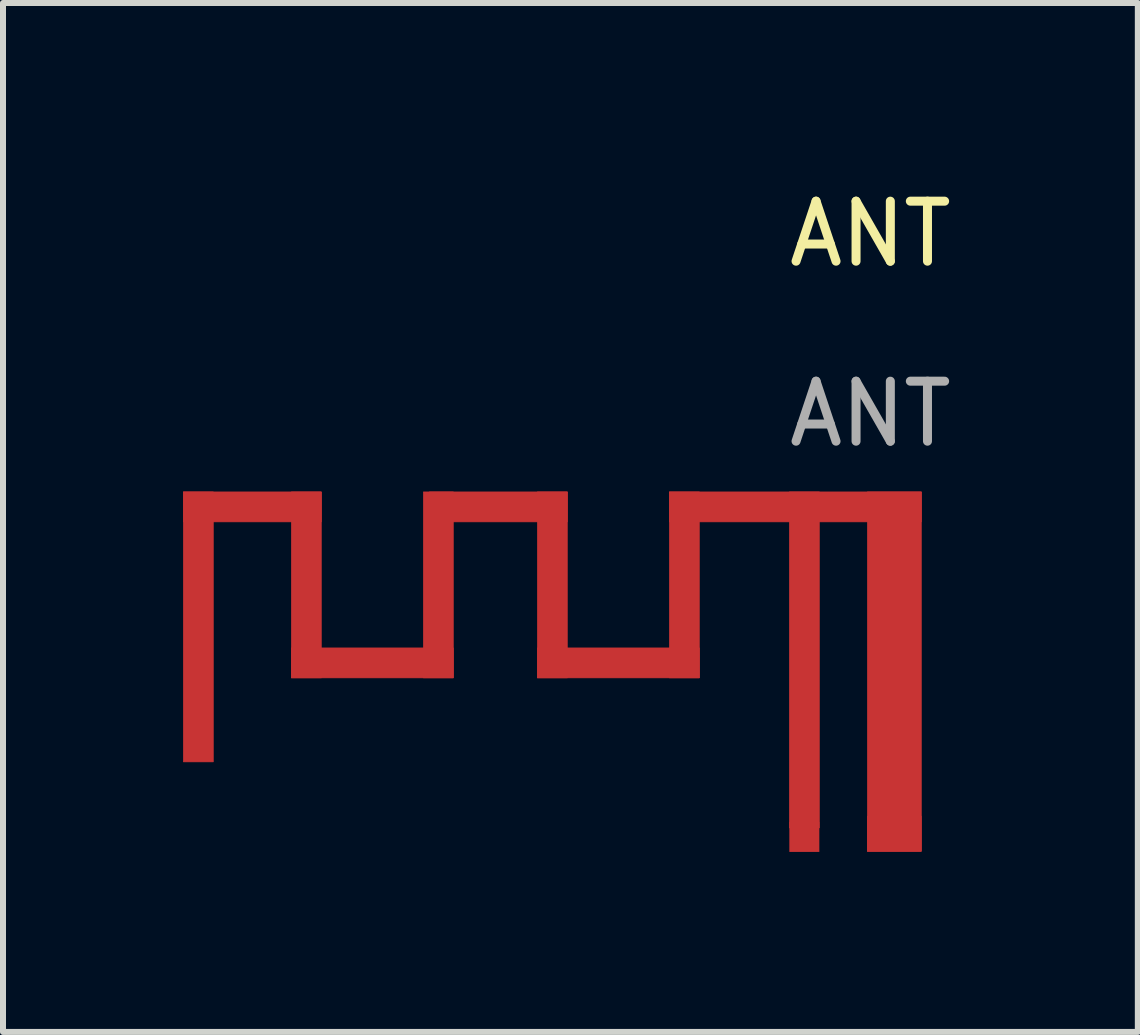
<source format=kicad_pcb>
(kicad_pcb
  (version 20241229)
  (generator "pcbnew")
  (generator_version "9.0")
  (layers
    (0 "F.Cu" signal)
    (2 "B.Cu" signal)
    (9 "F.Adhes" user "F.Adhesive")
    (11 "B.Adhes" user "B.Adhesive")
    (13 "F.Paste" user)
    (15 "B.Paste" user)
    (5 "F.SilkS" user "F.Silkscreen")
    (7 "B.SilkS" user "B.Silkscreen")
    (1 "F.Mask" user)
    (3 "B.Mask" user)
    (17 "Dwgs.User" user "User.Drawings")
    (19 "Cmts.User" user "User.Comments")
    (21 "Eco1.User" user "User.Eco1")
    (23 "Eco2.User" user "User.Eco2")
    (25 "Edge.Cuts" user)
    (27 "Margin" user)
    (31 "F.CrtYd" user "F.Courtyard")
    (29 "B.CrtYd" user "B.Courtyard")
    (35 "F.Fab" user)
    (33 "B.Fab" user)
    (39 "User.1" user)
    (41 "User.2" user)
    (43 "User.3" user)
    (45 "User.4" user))
  (footprint "ANT"
    (layer "F.Cu")
    (at 11.405 10.748)
    (property "Reference" "ANT" (at 0.05 -9.9 0) (unlocked yes) (layer "F.SilkS") (effects (font (size 1 1) (thickness 0.15))))
    (fp_poly (pts (xy -10.9 -1.1) (xy -11.4 -1.1) (xy -11.4 -5.6) (xy -10.9 -5.6)) (stroke (width 0.01) (type solid)) (fill yes) (layer "F.Cu"))
    (fp_poly (pts (xy -9.1 -5.1) (xy -11.4 -5.1) (xy -11.4 -5.6) (xy -9.1 -5.6)) (stroke (width 0.01) (type solid)) (fill yes) (layer "F.Cu"))
    (fp_poly (pts (xy -9.1 -2.5) (xy -9.6 -2.5) (xy -9.6 -5.6) (xy -9.1 -5.6)) (stroke (width 0.01) (type solid)) (fill yes) (layer "F.Cu"))
    (fp_poly (pts (xy -6.9 -3) (xy -6.9 -2.5) (xy -9.6 -2.5) (xy -9.6 -3)) (stroke (width 0.01) (type solid)) (fill yes) (layer "F.Cu"))
    (fp_poly (pts (xy -6.9 -2.5) (xy -7.4 -2.5) (xy -7.4 -5.6) (xy -6.9 -5.6)) (stroke (width 0.01) (type solid)) (fill yes) (layer "F.Cu"))
    (fp_poly (pts (xy -5 -5.1) (xy -7.3 -5.1) (xy -7.3 -5.6) (xy -5 -5.6)) (stroke (width 0.01) (type solid)) (fill yes) (layer "F.Cu"))
    (fp_poly (pts (xy -5 -2.5) (xy -5.5 -2.5) (xy -5.5 -5.6) (xy -5 -5.6)) (stroke (width 0.01) (type solid)) (fill yes) (layer "F.Cu"))
    (fp_poly (pts (xy -3.3 -5.1) (xy -3.3 -5.6) (xy 0.9 -5.6) (xy 0.9 -5.1)) (stroke (width 0.01) (type solid)) (fill yes) (layer "F.Cu"))
    (fp_poly (pts (xy -2.8 -3) (xy -2.8 -2.5) (xy -5.5 -2.5) (xy -5.5 -3)) (stroke (width 0.01) (type solid)) (fill yes) (layer "F.Cu"))
    (fp_poly (pts (xy -2.8 -2.5) (xy -3.3 -2.5) (xy -3.3 -5.6) (xy -2.8 -5.6)) (stroke (width 0.01) (type solid)) (fill yes) (layer "F.Cu"))
    (fp_poly (pts (xy -1.3 -5.6) (xy -0.8 -5.6) (xy -0.8 0) (xy -1.3 0)) (stroke (width 0.01) (type solid)) (fill yes) (layer "F.Cu"))
    (fp_poly (pts (xy 0 -5.6) (xy 0.9 -5.6) (xy 0.9 0.381) (xy 0 0.381)) (stroke (width 0.01) (type solid)) (fill yes) (layer "F.Cu"))
    (fp_poly (pts (xy -10.9 -1.1) (xy -11.4 -1.1) (xy -11.4 -5.6) (xy -10.9 -5.6)) (stroke (width 0.01) (type solid)) (fill yes) (layer "F.Mask"))
    (fp_poly (pts (xy -9.1 -5.1) (xy -11.4 -5.1) (xy -11.4 -5.6) (xy -9.1 -5.6)) (stroke (width 0.01) (type solid)) (fill yes) (layer "F.Mask"))
    (fp_poly (pts (xy -9.1 -2.5) (xy -9.6 -2.5) (xy -9.6 -5.6) (xy -9.1 -5.6)) (stroke (width 0.01) (type solid)) (fill yes) (layer "F.Mask"))
    (fp_poly (pts (xy -6.9 -3) (xy -6.9 -2.5) (xy -9.6 -2.5) (xy -9.6 -3)) (stroke (width 0.01) (type solid)) (fill yes) (layer "F.Mask"))
    (fp_poly (pts (xy -6.9 -2.5) (xy -7.4 -2.5) (xy -7.4 -5.6) (xy -6.9 -5.6)) (stroke (width 0.01) (type solid)) (fill yes) (layer "F.Mask"))
    (fp_poly (pts (xy -5 -5.1) (xy -7.3 -5.1) (xy -7.3 -5.6) (xy -5 -5.6)) (stroke (width 0.01) (type solid)) (fill yes) (layer "F.Mask"))
    (fp_poly (pts (xy -5 -2.5) (xy -5.5 -2.5) (xy -5.5 -5.6) (xy -5 -5.6)) (stroke (width 0.01) (type solid)) (fill yes) (layer "F.Mask"))
    (fp_poly (pts (xy -3.3 -5.1) (xy -3.3 -5.6) (xy 0.9 -5.6) (xy 0.9 -5.1)) (stroke (width 0.01) (type solid)) (fill yes) (layer "F.Mask"))
    (fp_poly (pts (xy -2.8 -3) (xy -2.8 -2.5) (xy -5.5 -2.5) (xy -5.5 -3)) (stroke (width 0.01) (type solid)) (fill yes) (layer "F.Mask"))
    (fp_poly (pts (xy -2.8 -2.5) (xy -3.3 -2.5) (xy -3.3 -5.6) (xy -2.8 -5.6)) (stroke (width 0.01) (type solid)) (fill yes) (layer "F.Mask"))
    (fp_poly (pts (xy -1.3 -5.6) (xy -0.8 -5.6) (xy -0.8 0) (xy -1.3 0)) (stroke (width 0.01) (type solid)) (fill yes) (layer "F.Mask"))
    (fp_poly (pts (xy 0 -5.6) (xy 0.9 -5.6) (xy 0.9 0) (xy 0 0)) (stroke (width 0.01) (type solid)) (fill yes) (layer "F.Mask"))
    (fp_text user "${REFERENCE}" (at 0.05 -6.9 0) (unlocked yes) (layer "F.Fab") (effects (font (size 1 1) (thickness 0.15))))
    (pad "1" smd rect (at -1.05 0.15) (size 0.5 0.5) (layers "F.Cu" "F.Mask" "F.Paste"))
    (pad "2" smd rect (at 0.45 0.1) (size 0.91 0.6) (layers "F.Cu" "F.Mask" "F.Paste")))
  (gr_rect
    (start -3 -3)
    (end 15.913 14.148)
    (stroke (width 0.1) (type default))
    (fill no)
    (layer "Edge.Cuts")))
</source>
